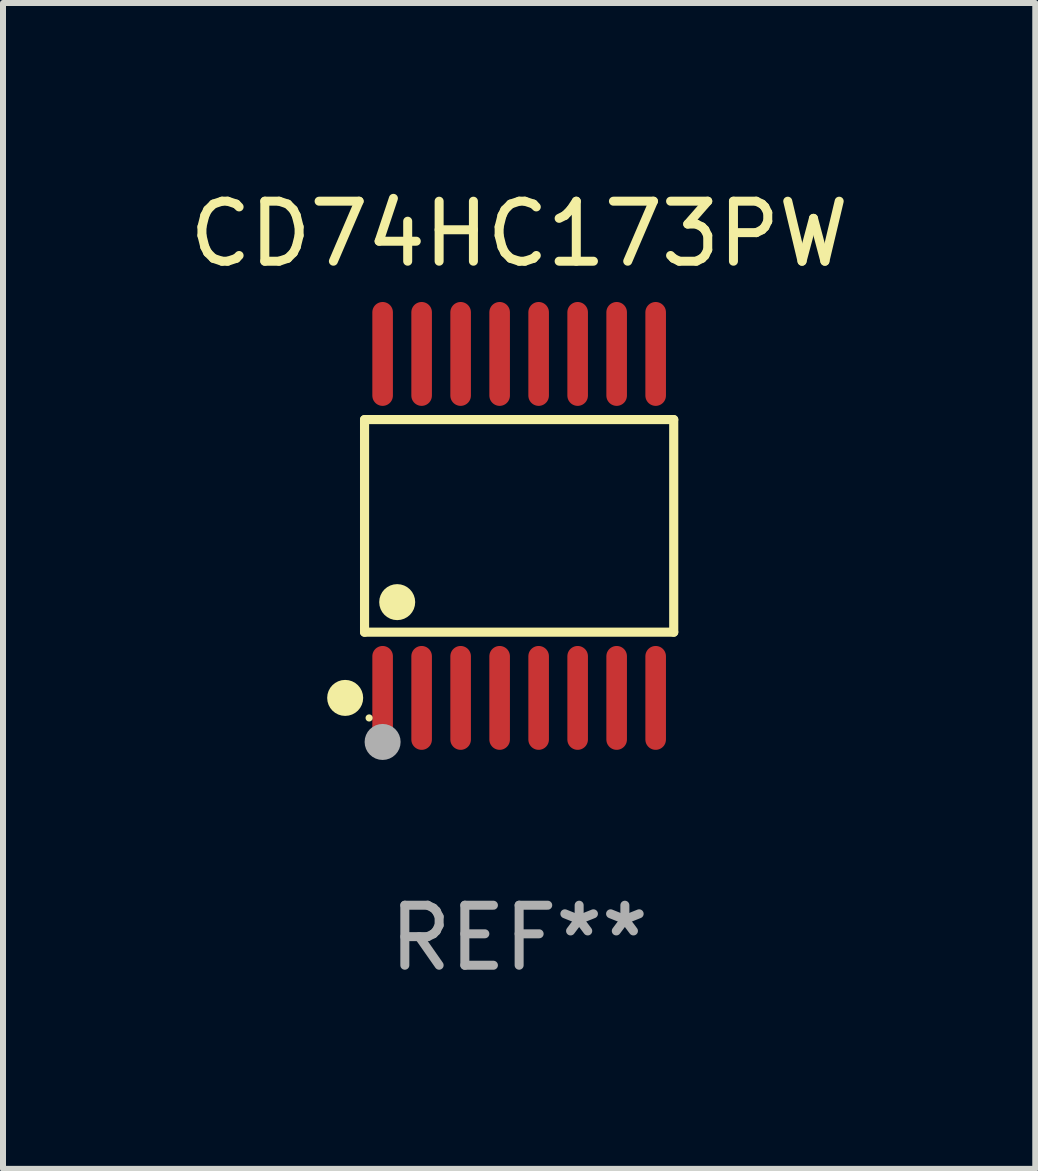
<source format=kicad_pcb>
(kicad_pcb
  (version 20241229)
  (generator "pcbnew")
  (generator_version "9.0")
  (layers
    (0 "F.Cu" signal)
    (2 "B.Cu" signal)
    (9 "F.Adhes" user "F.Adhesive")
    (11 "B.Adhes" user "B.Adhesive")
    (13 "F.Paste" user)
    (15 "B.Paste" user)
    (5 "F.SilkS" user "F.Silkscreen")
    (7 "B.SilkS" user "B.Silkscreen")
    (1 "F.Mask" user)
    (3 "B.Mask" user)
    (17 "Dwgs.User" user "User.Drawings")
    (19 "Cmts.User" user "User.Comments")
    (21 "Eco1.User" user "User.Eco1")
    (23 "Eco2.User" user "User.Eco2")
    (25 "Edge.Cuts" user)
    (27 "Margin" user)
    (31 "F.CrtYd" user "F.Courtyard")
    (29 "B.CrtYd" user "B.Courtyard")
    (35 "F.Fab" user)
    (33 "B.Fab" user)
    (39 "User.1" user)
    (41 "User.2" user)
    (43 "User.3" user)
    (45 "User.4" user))
  (footprint "CD74HC173PW"
    (layer "F.Cu")
    (at 5.601 5.714)
    (property "Reference" "CD74HC173PW" (at 0 -4.866 0) (layer "F.SilkS") (effects (font (size 1 1) (thickness 0.15))))
    (attr through_hole)
    (fp_line (start -2.576 -1.772) (end 2.576 -1.772) (stroke (width 0.152) (type solid)) (layer "F.SilkS"))
    (fp_line (start -2.576 1.771) (end -2.576 -1.772) (stroke (width 0.152) (type solid)) (layer "F.SilkS"))
    (fp_line (start 2.576 -1.772) (end 2.576 1.771) (stroke (width 0.152) (type solid)) (layer "F.SilkS"))
    (fp_line (start 2.576 1.771) (end -2.576 1.771) (stroke (width 0.152) (type solid)) (layer "F.SilkS"))
    (fp_circle (center -2.899 2.866) (end -2.749 2.866) (stroke (width 0.3) (type solid)) (fill no) (layer "F.SilkS"))
    (fp_circle (center -2.5 3.2) (end -2.47 3.2) (stroke (width 0.06) (type solid)) (fill no) (layer "F.SilkS"))
    (fp_circle (center -2.032 1.27) (end -1.882 1.27) (stroke (width 0.3) (type solid)) (fill no) (layer "F.SilkS"))
    (fp_circle (center -2.275 3.6) (end -2.125 3.6) (stroke (width 0.3) (type solid)) (fill no) (layer "F.Fab"))
    (fp_text user "REF**" (at 0 6.866 0) (layer "F.Fab") (effects (font (size 1 1) (thickness 0.15))))
    (pad "1" smd oval (at -2.275 2.866) (size 0.343 1.731) (layers "F.Cu" "F.Mask" "F.Paste"))
    (pad "2" smd oval (at -1.625 2.866) (size 0.343 1.731) (layers "F.Cu" "F.Mask" "F.Paste"))
    (pad "3" smd oval (at -0.975 2.866) (size 0.343 1.731) (layers "F.Cu" "F.Mask" "F.Paste"))
    (pad "4" smd oval (at -0.325 2.866) (size 0.343 1.731) (layers "F.Cu" "F.Mask" "F.Paste"))
    (pad "5" smd oval (at 0.325 2.866) (size 0.343 1.731) (layers "F.Cu" "F.Mask" "F.Paste"))
    (pad "6" smd oval (at 0.975 2.866) (size 0.343 1.731) (layers "F.Cu" "F.Mask" "F.Paste"))
    (pad "7" smd oval (at 1.625 2.866) (size 0.343 1.731) (layers "F.Cu" "F.Mask" "F.Paste"))
    (pad "8" smd oval (at 2.275 2.866) (size 0.343 1.731) (layers "F.Cu" "F.Mask" "F.Paste"))
    (pad "9" smd oval (at 2.275 -2.866) (size 0.343 1.731) (layers "F.Cu" "F.Mask" "F.Paste"))
    (pad "10" smd oval (at 1.625 -2.866) (size 0.343 1.731) (layers "F.Cu" "F.Mask" "F.Paste"))
    (pad "11" smd oval (at 0.975 -2.866) (size 0.343 1.731) (layers "F.Cu" "F.Mask" "F.Paste"))
    (pad "12" smd oval (at 0.325 -2.866) (size 0.343 1.731) (layers "F.Cu" "F.Mask" "F.Paste"))
    (pad "13" smd oval (at -0.325 -2.866) (size 0.343 1.731) (layers "F.Cu" "F.Mask" "F.Paste"))
    (pad "14" smd oval (at -0.975 -2.866) (size 0.343 1.731) (layers "F.Cu" "F.Mask" "F.Paste"))
    (pad "15" smd oval (at -1.625 -2.866) (size 0.343 1.731) (layers "F.Cu" "F.Mask" "F.Paste"))
    (pad "16" smd oval (at -2.275 -2.866) (size 0.343 1.731) (layers "F.Cu" "F.Mask" "F.Paste")))
  (gr_rect
    (start -3 -3)
    (end 14.202 16.428)
    (stroke (width 0.1) (type default))
    (fill no)
    (layer "Edge.Cuts")))
</source>
